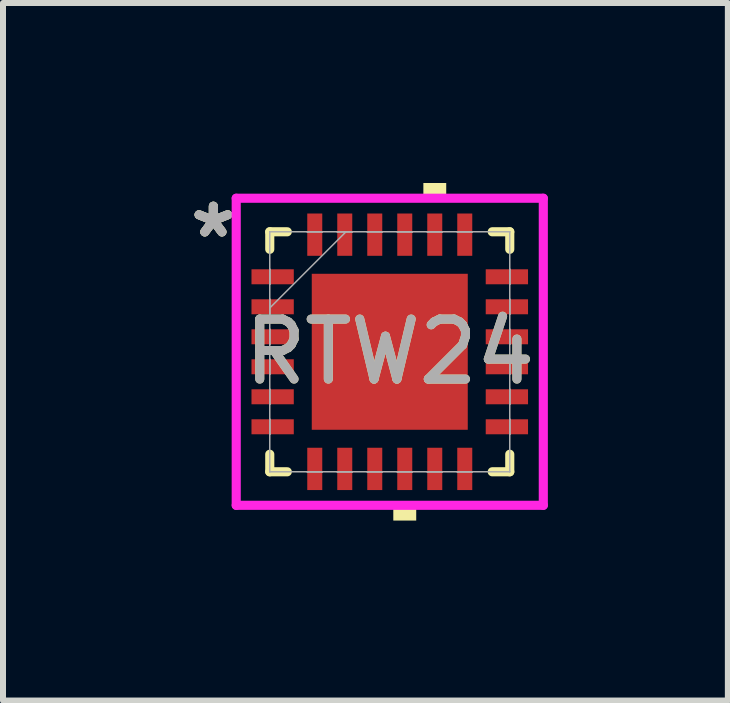
<source format=kicad_pcb>
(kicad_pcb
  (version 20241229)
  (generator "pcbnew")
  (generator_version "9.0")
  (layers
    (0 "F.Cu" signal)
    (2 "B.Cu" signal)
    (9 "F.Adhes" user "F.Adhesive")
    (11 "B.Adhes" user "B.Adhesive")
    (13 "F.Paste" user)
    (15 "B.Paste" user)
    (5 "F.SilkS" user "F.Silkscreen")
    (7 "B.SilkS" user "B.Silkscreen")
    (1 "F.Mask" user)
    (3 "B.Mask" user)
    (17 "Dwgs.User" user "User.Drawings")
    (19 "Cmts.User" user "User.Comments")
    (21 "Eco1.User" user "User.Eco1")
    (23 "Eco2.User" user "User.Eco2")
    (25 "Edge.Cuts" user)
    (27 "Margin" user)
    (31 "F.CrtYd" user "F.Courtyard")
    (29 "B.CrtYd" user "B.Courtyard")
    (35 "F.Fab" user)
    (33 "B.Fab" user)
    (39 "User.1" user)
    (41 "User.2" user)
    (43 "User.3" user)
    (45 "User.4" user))
  (footprint "RTW24"
    (layer "F.Cu")
    (at 3.446 2.813)
    (property "Reference" "RTW24" (at 0 0 0) (unlocked yes) (layer "F.SilkS") (effects (font (size 1 1) (thickness 0.15))))
    (attr smd)
    (fp_line (start -2 -2) (end -2 -1.708) (stroke (width 0.152) (type solid)) (layer "F.SilkS"))
    (fp_line (start -2 1.708) (end -2 2) (stroke (width 0.152) (type solid)) (layer "F.SilkS"))
    (fp_line (start -2 2) (end -1.708 2) (stroke (width 0.152) (type solid)) (layer "F.SilkS"))
    (fp_line (start -1.708 -2) (end -2 -2) (stroke (width 0.152) (type solid)) (layer "F.SilkS"))
    (fp_line (start 1.708 2) (end 2 2) (stroke (width 0.152) (type solid)) (layer "F.SilkS"))
    (fp_line (start 2 -2) (end 1.708 -2) (stroke (width 0.152) (type solid)) (layer "F.SilkS"))
    (fp_line (start 2 -1.708) (end 2 -2) (stroke (width 0.152) (type solid)) (layer "F.SilkS"))
    (fp_line (start 2 2) (end 2 1.708) (stroke (width 0.152) (type solid)) (layer "F.SilkS"))
    (fp_poly (pts (xy 0.059 2.559) (xy 0.059 2.813) (xy 0.441 2.813) (xy 0.441 2.559)) (stroke (width 0) (type solid)) (fill yes) (layer "F.SilkS"))
    (fp_poly (pts (xy 0.56 -2.559) (xy 0.56 -2.813) (xy 0.941 -2.813) (xy 0.941 -2.559)) (stroke (width 0) (type solid)) (fill yes) (layer "F.SilkS"))
    (fp_poly (pts (xy -1.2 -1.2) (xy -1.2 -0.1) (xy -0.1 -0.1) (xy -0.1 -1.2)) (stroke (width 0) (type solid)) (fill yes) (layer "F.Paste"))
    (fp_poly (pts (xy -1.2 0.1) (xy -1.2 1.2) (xy -0.1 1.2) (xy -0.1 0.1)) (stroke (width 0) (type solid)) (fill yes) (layer "F.Paste"))
    (fp_poly (pts (xy 0.1 -1.2) (xy 0.1 -0.1) (xy 1.2 -0.1) (xy 1.2 -1.2)) (stroke (width 0) (type solid)) (fill yes) (layer "F.Paste"))
    (fp_poly (pts (xy 0.1 0.1) (xy 0.1 1.2) (xy 1.2 1.2) (xy 1.2 0.1)) (stroke (width 0) (type solid)) (fill yes) (layer "F.Paste"))
    (fp_line (start -2.559 -2.559) (end 2.559 -2.559) (stroke (width 0.152) (type solid)) (layer "F.CrtYd"))
    (fp_line (start -2.559 2.559) (end -2.559 -2.559) (stroke (width 0.152) (type solid)) (layer "F.CrtYd"))
    (fp_line (start 2.559 -2.559) (end 2.559 2.559) (stroke (width 0.152) (type solid)) (layer "F.CrtYd"))
    (fp_line (start 2.559 2.559) (end -2.559 2.559) (stroke (width 0.152) (type solid)) (layer "F.CrtYd"))
    (fp_line (start -2 -2) (end -2 -2) (stroke (width 0.025) (type solid)) (layer "F.Fab"))
    (fp_line (start -2 -2) (end -2 2) (stroke (width 0.025) (type solid)) (layer "F.Fab"))
    (fp_line (start -2 -1.375) (end -2 -1.375) (stroke (width 0.025) (type solid)) (layer "F.Fab"))
    (fp_line (start -2 -1.375) (end -2 -1.125) (stroke (width 0.025) (type solid)) (layer "F.Fab"))
    (fp_line (start -2 -1.125) (end -2 -1.375) (stroke (width 0.025) (type solid)) (layer "F.Fab"))
    (fp_line (start -2 -1.125) (end -2 -1.125) (stroke (width 0.025) (type solid)) (layer "F.Fab"))
    (fp_line (start -2 -0.875) (end -2 -0.875) (stroke (width 0.025) (type solid)) (layer "F.Fab"))
    (fp_line (start -2 -0.875) (end -2 -0.625) (stroke (width 0.025) (type solid)) (layer "F.Fab"))
    (fp_line (start -2 -0.73) (end -0.73 -2) (stroke (width 0.025) (type solid)) (layer "F.Fab"))
    (fp_line (start -2 -0.625) (end -2 -0.875) (stroke (width 0.025) (type solid)) (layer "F.Fab"))
    (fp_line (start -2 -0.625) (end -2 -0.625) (stroke (width 0.025) (type solid)) (layer "F.Fab"))
    (fp_line (start -2 -0.375) (end -2 -0.375) (stroke (width 0.025) (type solid)) (layer "F.Fab"))
    (fp_line (start -2 -0.375) (end -2 -0.125) (stroke (width 0.025) (type solid)) (layer "F.Fab"))
    (fp_line (start -2 -0.125) (end -2 -0.375) (stroke (width 0.025) (type solid)) (layer "F.Fab"))
    (fp_line (start -2 -0.125) (end -2 -0.125) (stroke (width 0.025) (type solid)) (layer "F.Fab"))
    (fp_line (start -2 0.125) (end -2 0.125) (stroke (width 0.025) (type solid)) (layer "F.Fab"))
    (fp_line (start -2 0.125) (end -2 0.375) (stroke (width 0.025) (type solid)) (layer "F.Fab"))
    (fp_line (start -2 0.375) (end -2 0.125) (stroke (width 0.025) (type solid)) (layer "F.Fab"))
    (fp_line (start -2 0.375) (end -2 0.375) (stroke (width 0.025) (type solid)) (layer "F.Fab"))
    (fp_line (start -2 0.625) (end -2 0.625) (stroke (width 0.025) (type solid)) (layer "F.Fab"))
    (fp_line (start -2 0.625) (end -2 0.875) (stroke (width 0.025) (type solid)) (layer "F.Fab"))
    (fp_line (start -2 0.875) (end -2 0.625) (stroke (width 0.025) (type solid)) (layer "F.Fab"))
    (fp_line (start -2 0.875) (end -2 0.875) (stroke (width 0.025) (type solid)) (layer "F.Fab"))
    (fp_line (start -2 1.125) (end -2 1.125) (stroke (width 0.025) (type solid)) (layer "F.Fab"))
    (fp_line (start -2 1.125) (end -2 1.375) (stroke (width 0.025) (type solid)) (layer "F.Fab"))
    (fp_line (start -2 1.375) (end -2 1.125) (stroke (width 0.025) (type solid)) (layer "F.Fab"))
    (fp_line (start -2 1.375) (end -2 1.375) (stroke (width 0.025) (type solid)) (layer "F.Fab"))
    (fp_line (start -2 2) (end -2 2) (stroke (width 0.025) (type solid)) (layer "F.Fab"))
    (fp_line (start -2 2) (end 2 2) (stroke (width 0.025) (type solid)) (layer "F.Fab"))
    (fp_line (start -1.375 -2) (end -1.375 -2) (stroke (width 0.025) (type solid)) (layer "F.Fab"))
    (fp_line (start -1.375 -2) (end -1.125 -2) (stroke (width 0.025) (type solid)) (layer "F.Fab"))
    (fp_line (start -1.375 2) (end -1.375 2) (stroke (width 0.025) (type solid)) (layer "F.Fab"))
    (fp_line (start -1.375 2) (end -1.125 2) (stroke (width 0.025) (type solid)) (layer "F.Fab"))
    (fp_line (start -1.125 -2) (end -1.375 -2) (stroke (width 0.025) (type solid)) (layer "F.Fab"))
    (fp_line (start -1.125 -2) (end -1.125 -2) (stroke (width 0.025) (type solid)) (layer "F.Fab"))
    (fp_line (start -1.125 2) (end -1.375 2) (stroke (width 0.025) (type solid)) (layer "F.Fab"))
    (fp_line (start -1.125 2) (end -1.125 2) (stroke (width 0.025) (type solid)) (layer "F.Fab"))
    (fp_line (start -0.875 -2) (end -0.875 -2) (stroke (width 0.025) (type solid)) (layer "F.Fab"))
    (fp_line (start -0.875 -2) (end -0.625 -2) (stroke (width 0.025) (type solid)) (layer "F.Fab"))
    (fp_line (start -0.875 2) (end -0.875 2) (stroke (width 0.025) (type solid)) (layer "F.Fab"))
    (fp_line (start -0.875 2) (end -0.625 2) (stroke (width 0.025) (type solid)) (layer "F.Fab"))
    (fp_line (start -0.625 -2) (end -0.875 -2) (stroke (width 0.025) (type solid)) (layer "F.Fab"))
    (fp_line (start -0.625 -2) (end -0.625 -2) (stroke (width 0.025) (type solid)) (layer "F.Fab"))
    (fp_line (start -0.625 2) (end -0.875 2) (stroke (width 0.025) (type solid)) (layer "F.Fab"))
    (fp_line (start -0.625 2) (end -0.625 2) (stroke (width 0.025) (type solid)) (layer "F.Fab"))
    (fp_line (start -0.375 -2) (end -0.375 -2) (stroke (width 0.025) (type solid)) (layer "F.Fab"))
    (fp_line (start -0.375 -2) (end -0.125 -2) (stroke (width 0.025) (type solid)) (layer "F.Fab"))
    (fp_line (start -0.375 2) (end -0.375 2) (stroke (width 0.025) (type solid)) (layer "F.Fab"))
    (fp_line (start -0.375 2) (end -0.125 2) (stroke (width 0.025) (type solid)) (layer "F.Fab"))
    (fp_line (start -0.125 -2) (end -0.375 -2) (stroke (width 0.025) (type solid)) (layer "F.Fab"))
    (fp_line (start -0.125 -2) (end -0.125 -2) (stroke (width 0.025) (type solid)) (layer "F.Fab"))
    (fp_line (start -0.125 2) (end -0.375 2) (stroke (width 0.025) (type solid)) (layer "F.Fab"))
    (fp_line (start -0.125 2) (end -0.125 2) (stroke (width 0.025) (type solid)) (layer "F.Fab"))
    (fp_line (start 0.125 -2) (end 0.125 -2) (stroke (width 0.025) (type solid)) (layer "F.Fab"))
    (fp_line (start 0.125 -2) (end 0.375 -2) (stroke (width 0.025) (type solid)) (layer "F.Fab"))
    (fp_line (start 0.125 2) (end 0.125 2) (stroke (width 0.025) (type solid)) (layer "F.Fab"))
    (fp_line (start 0.125 2) (end 0.375 2) (stroke (width 0.025) (type solid)) (layer "F.Fab"))
    (fp_line (start 0.375 -2) (end 0.125 -2) (stroke (width 0.025) (type solid)) (layer "F.Fab"))
    (fp_line (start 0.375 -2) (end 0.375 -2) (stroke (width 0.025) (type solid)) (layer "F.Fab"))
    (fp_line (start 0.375 2) (end 0.125 2) (stroke (width 0.025) (type solid)) (layer "F.Fab"))
    (fp_line (start 0.375 2) (end 0.375 2) (stroke (width 0.025) (type solid)) (layer "F.Fab"))
    (fp_line (start 0.625 -2) (end 0.625 -2) (stroke (width 0.025) (type solid)) (layer "F.Fab"))
    (fp_line (start 0.625 -2) (end 0.875 -2) (stroke (width 0.025) (type solid)) (layer "F.Fab"))
    (fp_line (start 0.625 2) (end 0.625 2) (stroke (width 0.025) (type solid)) (layer "F.Fab"))
    (fp_line (start 0.625 2) (end 0.875 2) (stroke (width 0.025) (type solid)) (layer "F.Fab"))
    (fp_line (start 0.875 -2) (end 0.625 -2) (stroke (width 0.025) (type solid)) (layer "F.Fab"))
    (fp_line (start 0.875 -2) (end 0.875 -2) (stroke (width 0.025) (type solid)) (layer "F.Fab"))
    (fp_line (start 0.875 2) (end 0.625 2) (stroke (width 0.025) (type solid)) (layer "F.Fab"))
    (fp_line (start 0.875 2) (end 0.875 2) (stroke (width 0.025) (type solid)) (layer "F.Fab"))
    (fp_line (start 1.125 -2) (end 1.125 -2) (stroke (width 0.025) (type solid)) (layer "F.Fab"))
    (fp_line (start 1.125 -2) (end 1.375 -2) (stroke (width 0.025) (type solid)) (layer "F.Fab"))
    (fp_line (start 1.125 2) (end 1.125 2) (stroke (width 0.025) (type solid)) (layer "F.Fab"))
    (fp_line (start 1.125 2) (end 1.375 2) (stroke (width 0.025) (type solid)) (layer "F.Fab"))
    (fp_line (start 1.375 -2) (end 1.125 -2) (stroke (width 0.025) (type solid)) (layer "F.Fab"))
    (fp_line (start 1.375 -2) (end 1.375 -2) (stroke (width 0.025) (type solid)) (layer "F.Fab"))
    (fp_line (start 1.375 2) (end 1.125 2) (stroke (width 0.025) (type solid)) (layer "F.Fab"))
    (fp_line (start 1.375 2) (end 1.375 2) (stroke (width 0.025) (type solid)) (layer "F.Fab"))
    (fp_line (start 2 -2) (end -2 -2) (stroke (width 0.025) (type solid)) (layer "F.Fab"))
    (fp_line (start 2 -2) (end 2 -2) (stroke (width 0.025) (type solid)) (layer "F.Fab"))
    (fp_line (start 2 -1.375) (end 2 -1.375) (stroke (width 0.025) (type solid)) (layer "F.Fab"))
    (fp_line (start 2 -1.375) (end 2 -1.125) (stroke (width 0.025) (type solid)) (layer "F.Fab"))
    (fp_line (start 2 -1.125) (end 2 -1.375) (stroke (width 0.025) (type solid)) (layer "F.Fab"))
    (fp_line (start 2 -1.125) (end 2 -1.125) (stroke (width 0.025) (type solid)) (layer "F.Fab"))
    (fp_line (start 2 -0.875) (end 2 -0.875) (stroke (width 0.025) (type solid)) (layer "F.Fab"))
    (fp_line (start 2 -0.875) (end 2 -0.625) (stroke (width 0.025) (type solid)) (layer "F.Fab"))
    (fp_line (start 2 -0.625) (end 2 -0.875) (stroke (width 0.025) (type solid)) (layer "F.Fab"))
    (fp_line (start 2 -0.625) (end 2 -0.625) (stroke (width 0.025) (type solid)) (layer "F.Fab"))
    (fp_line (start 2 -0.375) (end 2 -0.375) (stroke (width 0.025) (type solid)) (layer "F.Fab"))
    (fp_line (start 2 -0.375) (end 2 -0.125) (stroke (width 0.025) (type solid)) (layer "F.Fab"))
    (fp_line (start 2 -0.125) (end 2 -0.375) (stroke (width 0.025) (type solid)) (layer "F.Fab"))
    (fp_line (start 2 -0.125) (end 2 -0.125) (stroke (width 0.025) (type solid)) (layer "F.Fab"))
    (fp_line (start 2 0.125) (end 2 0.125) (stroke (width 0.025) (type solid)) (layer "F.Fab"))
    (fp_line (start 2 0.125) (end 2 0.375) (stroke (width 0.025) (type solid)) (layer "F.Fab"))
    (fp_line (start 2 0.375) (end 2 0.125) (stroke (width 0.025) (type solid)) (layer "F.Fab"))
    (fp_line (start 2 0.375) (end 2 0.375) (stroke (width 0.025) (type solid)) (layer "F.Fab"))
    (fp_line (start 2 0.625) (end 2 0.625) (stroke (width 0.025) (type solid)) (layer "F.Fab"))
    (fp_line (start 2 0.625) (end 2 0.875) (stroke (width 0.025) (type solid)) (layer "F.Fab"))
    (fp_line (start 2 0.875) (end 2 0.625) (stroke (width 0.025) (type solid)) (layer "F.Fab"))
    (fp_line (start 2 0.875) (end 2 0.875) (stroke (width 0.025) (type solid)) (layer "F.Fab"))
    (fp_line (start 2 1.125) (end 2 1.125) (stroke (width 0.025) (type solid)) (layer "F.Fab"))
    (fp_line (start 2 1.125) (end 2 1.375) (stroke (width 0.025) (type solid)) (layer "F.Fab"))
    (fp_line (start 2 1.375) (end 2 1.125) (stroke (width 0.025) (type solid)) (layer "F.Fab"))
    (fp_line (start 2 1.375) (end 2 1.375) (stroke (width 0.025) (type solid)) (layer "F.Fab"))
    (fp_line (start 2 2) (end 2 -2) (stroke (width 0.025) (type solid)) (layer "F.Fab"))
    (fp_line (start 2 2) (end 2 2) (stroke (width 0.025) (type solid)) (layer "F.Fab"))
    (fp_text user "*" (at -2.94 -1.881 0) (layer "F.SilkS") (effects (font (size 1 1) (thickness 0.15))))
    (fp_text user "*" (at -2.94 -1.881 0) (unlocked yes) (layer "F.SilkS") (effects (font (size 1 1) (thickness 0.15))))
    (fp_text user "*" (at -2.94 -1.881 0) (unlocked yes) (layer "F.Fab") (effects (font (size 1 1) (thickness 0.15))))
    (fp_text user "${REFERENCE}" (at 0 0 0) (unlocked yes) (layer "F.Fab") (effects (font (size 1 1) (thickness 0.15))))
    (fp_text user "*" (at -2.94 -1.881 0) (layer "F.Fab") (effects (font (size 1 1) (thickness 0.15))))
    (pad "1" smd rect (at -1.952 -1.25 90) (size 0.25 0.705) (layers "F.Cu" "F.Mask" "F.Paste"))
    (pad "2" smd rect (at -1.952 -0.75 90) (size 0.25 0.705) (layers "F.Cu" "F.Mask" "F.Paste"))
    (pad "3" smd rect (at -1.952 -0.25 90) (size 0.25 0.705) (layers "F.Cu" "F.Mask" "F.Paste"))
    (pad "4" smd rect (at -1.952 0.25 90) (size 0.25 0.705) (layers "F.Cu" "F.Mask" "F.Paste"))
    (pad "5" smd rect (at -1.952 0.75 90) (size 0.25 0.705) (layers "F.Cu" "F.Mask" "F.Paste"))
    (pad "6" smd rect (at -1.952 1.25 90) (size 0.25 0.705) (layers "F.Cu" "F.Mask" "F.Paste"))
    (pad "7" smd rect (at -1.25 1.952) (size 0.25 0.705) (layers "F.Cu" "F.Mask" "F.Paste"))
    (pad "8" smd rect (at -0.75 1.952) (size 0.25 0.705) (layers "F.Cu" "F.Mask" "F.Paste"))
    (pad "9" smd rect (at -0.25 1.952) (size 0.25 0.705) (layers "F.Cu" "F.Mask" "F.Paste"))
    (pad "10" smd rect (at 0.25 1.952) (size 0.25 0.705) (layers "F.Cu" "F.Mask" "F.Paste"))
    (pad "11" smd rect (at 0.75 1.952) (size 0.25 0.705) (layers "F.Cu" "F.Mask" "F.Paste"))
    (pad "12" smd rect (at 1.25 1.952) (size 0.25 0.705) (layers "F.Cu" "F.Mask" "F.Paste"))
    (pad "13" smd rect (at 1.952 1.25 90) (size 0.25 0.705) (layers "F.Cu" "F.Mask" "F.Paste"))
    (pad "14" smd rect (at 1.952 0.75 90) (size 0.25 0.705) (layers "F.Cu" "F.Mask" "F.Paste"))
    (pad "15" smd rect (at 1.952 0.25 90) (size 0.25 0.705) (layers "F.Cu" "F.Mask" "F.Paste"))
    (pad "16" smd rect (at 1.952 -0.25 90) (size 0.25 0.705) (layers "F.Cu" "F.Mask" "F.Paste"))
    (pad "17" smd rect (at 1.952 -0.75 90) (size 0.25 0.705) (layers "F.Cu" "F.Mask" "F.Paste"))
    (pad "18" smd rect (at 1.952 -1.25 90) (size 0.25 0.705) (layers "F.Cu" "F.Mask" "F.Paste"))
    (pad "19" smd rect (at 1.25 -1.952) (size 0.25 0.705) (layers "F.Cu" "F.Mask" "F.Paste"))
    (pad "20" smd rect (at 0.75 -1.952) (size 0.25 0.705) (layers "F.Cu" "F.Mask" "F.Paste"))
    (pad "21" smd rect (at 0.25 -1.952) (size 0.25 0.705) (layers "F.Cu" "F.Mask" "F.Paste"))
    (pad "22" smd rect (at -0.25 -1.952) (size 0.25 0.705) (layers "F.Cu" "F.Mask" "F.Paste"))
    (pad "23" smd rect (at -0.75 -1.952) (size 0.25 0.705) (layers "F.Cu" "F.Mask" "F.Paste"))
    (pad "24" smd rect (at -1.25 -1.952) (size 0.25 0.705) (layers "F.Cu" "F.Mask" "F.Paste"))
    (pad "25" smd rect (at 0 0) (size 2.6 2.6) (layers "F.Cu" "F.Mask" "F.Paste")))
  (gr_rect
    (start -3 -3)
    (end 9.081 8.626)
    (stroke (width 0.1) (type default))
    (fill no)
    (layer "Edge.Cuts")))
</source>
